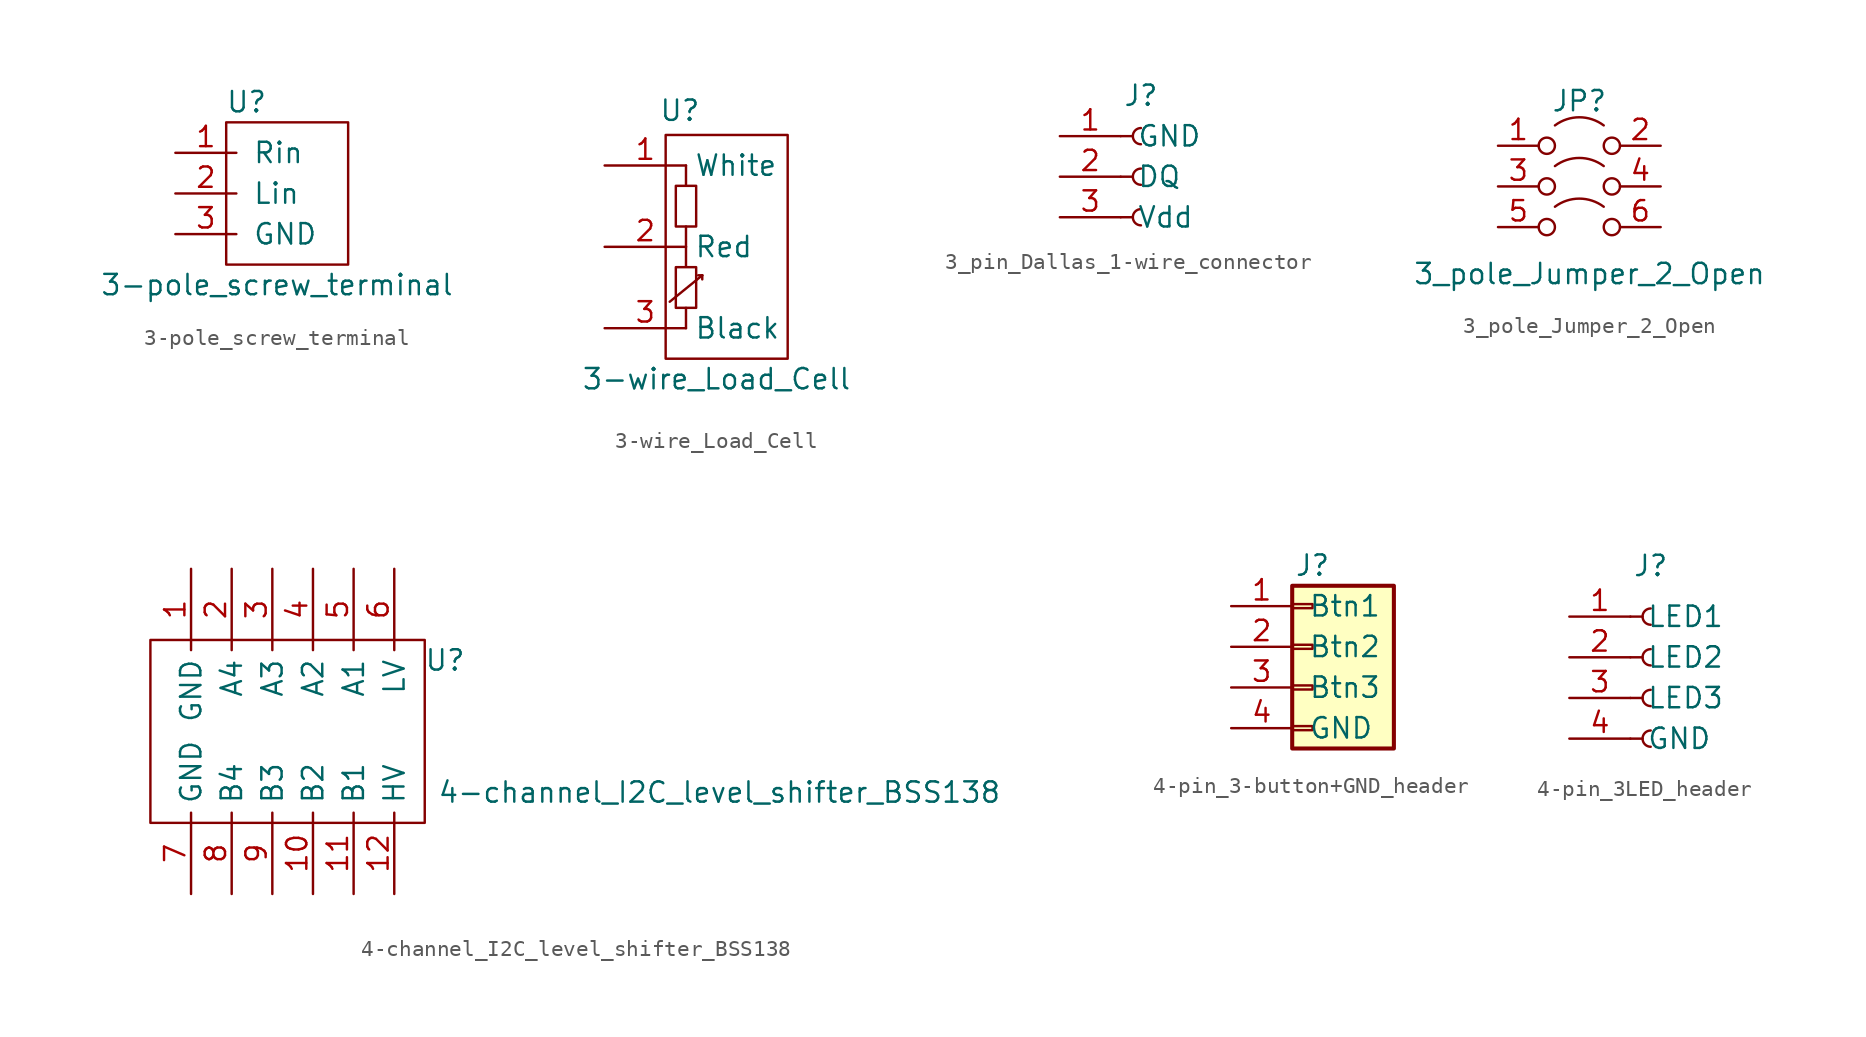
<source format=kicad_sym>
(kicad_symbol_lib
  (version 20231120)
  (generator "kicad_symbol_editor")
  (generator_version "8.0")
  (symbol "3-pole_screw_terminal"
    (pin_names
      (offset 1.016))
    (property "Reference" "U"
      (at 4.445 3.175 0)
      (effects (font (size 1.27 1.27))))
    (property "Value" "3-pole_screw_terminal"
      (at 6.35 -8.255 0)
      (effects (font (size 1.27 1.27))))
    (symbol "3-pole_screw_terminal_0_1"
      (rectangle (start 3.175 1.905) (end 10.795 -6.985) (stroke (width 0) (type default)) (fill (type none))))
    (symbol "3-pole_screw_terminal_1_1"
      (pin input line (at 0 0 0) (length 3.81) (name "Rin" (effects (font (size 1.27 1.27)))) (number "1" (effects (font (size 1.27 1.27)))))
      (pin input line (at 0 -2.54 0) (length 3.81) (name "Lin" (effects (font (size 1.27 1.27)))) (number "2" (effects (font (size 1.27 1.27)))))
      (pin input line (at 0 -5.08 0) (length 3.81) (name "GND" (effects (font (size 1.27 1.27)))) (number "3" (effects (font (size 1.27 1.27)))))))
  (symbol "3-wire_Load_Cell"
    (property "Reference" "U"
      (at 4.699 3.429 0)
      (effects (font (size 1.27 1.27))))
    (property "Value" "3-wire_Load_Cell"
      (at 6.985 -13.335 0)
      (effects (font (size 1.27 1.27))))
    (symbol "3-wire_Load_Cell_0_1"
      (polyline (pts (xy 4.064 -8.509) (xy 6.096 -6.858)) (stroke (width 0.152) (type default)) (fill (type none)))
      (polyline (pts (xy 5.08 -8.89) (xy 5.08 -10.16)) (stroke (width 0.152) (type default)) (fill (type none)))
      (polyline (pts (xy 5.08 -3.81) (xy 5.08 -5.08)) (stroke (width 0.152) (type default)) (fill (type none)))
      (polyline (pts (xy 6.096 -6.858) (xy 5.842 -6.858)) (stroke (width 0.152) (type default)) (fill (type none)))
      (polyline (pts (xy 6.096 -6.858) (xy 6.096 -7.112)) (stroke (width 0.152) (type default)) (fill (type none)))
      (polyline (pts (xy 3.81 1.905) (xy 3.81 -12.065) (xy 11.43 -12.065) (xy 11.43 1.905) (xy 3.81 1.905)) (stroke (width 0.152) (type default)) (fill (type none)))
      (polyline (pts (xy 5.08 -5.08) (xy 5.08 -6.35) (xy 4.445 -6.35) (xy 4.445 -8.89) (xy 5.715 -8.89) (xy 5.715 -6.35) (xy 5.08 -6.35)) (stroke (width 0.152) (type default)) (fill (type none)))
      (polyline (pts (xy 5.08 0) (xy 5.08 -1.27) (xy 4.445 -1.27) (xy 4.445 -3.81) (xy 5.715 -3.81) (xy 5.715 -1.27) (xy 5.08 -1.27)) (stroke (width 0.152) (type default)) (fill (type none))))
    (symbol "3-wire_Load_Cell_1_1"
      (pin input line (at 0 0 0) (length 5.08) (name "White" (effects (font (size 1.27 1.27)))) (number "1" (effects (font (size 1.27 1.27)))))
      (pin input line (at 0 -5.08 0) (length 5.08) (name "Red" (effects (font (size 1.27 1.27)))) (number "2" (effects (font (size 1.27 1.27)))))
      (pin input line (at 0 -10.16 0) (length 5.08) (name "Black" (effects (font (size 1.27 1.27)))) (number "3" (effects (font (size 1.27 1.27)))))))
  (symbol "3_pin_Dallas_1-wire_connector"
    (pin_names
      (offset 1.016))
    (property "Reference" "J"
      (at 0 5.08 0)
      (effects (font (size 1.27 1.27))))
    (symbol "3_pin_Dallas_1-wire_connector_1_1"
      (arc (start 0 -2.032) (mid -0.5058 -2.54) (end 0 -3.048) (stroke (width 0.1524) (type default)) (fill (type none)))
      (polyline (pts (xy -1.27 -2.54) (xy -0.508 -2.54)) (stroke (width 0.152) (type default)) (fill (type none)))
      (polyline (pts (xy -1.27 0) (xy -0.508 0)) (stroke (width 0.152) (type default)) (fill (type none)))
      (polyline (pts (xy -1.27 2.54) (xy -0.508 2.54)) (stroke (width 0.152) (type default)) (fill (type none)))
      (arc (start 0 0.508) (mid -0.5058 0) (end 0 -0.508) (stroke (width 0.1524) (type default)) (fill (type none)))
      (arc (start 0 3.048) (mid -0.5058 2.54) (end 0 2.032) (stroke (width 0.1524) (type default)) (fill (type none)))
      (pin power_in line (at -5.08 2.54 0) (length 3.81) (name "GND" (effects (font (size 1.27 1.27)))) (number "1" (effects (font (size 1.27 1.27)))))
      (pin output line (at -5.08 0 0) (length 3.81) (name "DQ" (effects (font (size 1.27 1.27)))) (number "2" (effects (font (size 1.27 1.27)))))
      (pin power_in line (at -5.08 -2.54 0) (length 3.81) (name "Vdd" (effects (font (size 1.27 1.27)))) (number "3" (effects (font (size 1.27 1.27)))))))
  (symbol "3_pole_Jumper_2_Open"
    (pin_names
      (offset 0) hide)
    (property "Reference" "JP"
      (at 0 2.794 0)
      (effects (font (size 1.27 1.27))))
    (property "Value" "3_pole_Jumper_2_Open"
      (at 0.635 -8.001 0)
      (effects (font (size 1.27 1.27))))
    (symbol "3_pole_Jumper_2_Open_0_0"
      (circle (center -2.032 0) (radius 0.508) (stroke (width 0) (type default)) (fill (type none)))
      (circle (center 2.032 0) (radius 0.508) (stroke (width 0) (type default)) (fill (type none))))
    (symbol "3_pole_Jumper_2_Open_0_1"
      (arc (start 1.524 1.27) (mid 0 1.778) (end -1.524 1.27) (stroke (width 0) (type default)) (fill (type none))))
    (symbol "3_pole_Jumper_2_Open_1_1"
      (circle (center -2.032 -5.08) (radius 0.508) (stroke (width 0) (type default)) (fill (type none)))
      (circle (center -2.032 -2.54) (radius 0.508) (stroke (width 0) (type default)) (fill (type none)))
      (arc (start 1.524 -3.81) (mid 0 -3.302) (end -1.524 -3.81) (stroke (width 0) (type default)) (fill (type none)))
      (arc (start 1.524 -1.27) (mid 0 -0.762) (end -1.524 -1.27) (stroke (width 0) (type default)) (fill (type none)))
      (circle (center 2.032 -5.08) (radius 0.508) (stroke (width 0) (type default)) (fill (type none)))
      (circle (center 2.032 -2.54) (radius 0.508) (stroke (width 0) (type default)) (fill (type none)))
      (pin passive line (at -5.08 0 0) (length 2.54) (name "A" (effects (font (size 1.27 1.27)))) (number "1" (effects (font (size 1.27 1.27)))))
      (pin passive line (at 5.08 0 180) (length 2.54) (name "B" (effects (font (size 1.27 1.27)))) (number "2" (effects (font (size 1.27 1.27)))))
      (pin passive line (at -5.08 -2.54 0) (length 2.54) (name "3" (effects (font (size 1.27 1.27)))) (number "3" (effects (font (size 1.27 1.27)))))
      (pin passive line (at 5.08 -2.54 180) (length 2.54) (name "4" (effects (font (size 1.27 1.27)))) (number "4" (effects (font (size 1.27 1.27)))))
      (pin passive line (at -5.08 -5.08 0) (length 2.54) (name "5" (effects (font (size 1.27 1.27)))) (number "5" (effects (font (size 1.27 1.27)))))
      (pin passive line (at 5.08 -5.08 180) (length 2.54) (name "6" (effects (font (size 1.27 1.27)))) (number "6" (effects (font (size 1.27 1.27)))))))
  (symbol "4-channel_I2C_level_shifter_BSS138"
    (property "Reference" "U"
      (at 15.875 -5.715 0)
      (effects (font (size 1.27 1.27))))
    (property "Value" "4-channel_I2C_level_shifter_BSS138"
      (at 33.02 -13.97 0)
      (effects (font (size 1.27 1.27))))
    (symbol "4-channel_I2C_level_shifter_BSS138_0_1"
      (polyline (pts (xy -2.54 -4.445) (xy -2.54 -15.875) (xy 14.605 -15.875) (xy 14.605 -4.445) (xy -2.54 -4.445)) (stroke (width 0.152) (type default)) (fill (type none))))
    (symbol "4-channel_I2C_level_shifter_BSS138_1_1"
      (pin power_in line (at 0 0 270) (length 5.08) (name "GND" (effects (font (size 1.27 1.27)))) (number "1" (effects (font (size 1.27 1.27)))))
      (pin bidirectional line (at 7.62 -20.32 90) (length 5.08) (name "B2" (effects (font (size 1.27 1.27)))) (number "10" (effects (font (size 1.27 1.27)))))
      (pin bidirectional line (at 10.16 -20.32 90) (length 5.08) (name "B1" (effects (font (size 1.27 1.27)))) (number "11" (effects (font (size 1.27 1.27)))))
      (pin power_in line (at 12.7 -20.32 90) (length 5.08) (name "HV" (effects (font (size 1.27 1.27)))) (number "12" (effects (font (size 1.27 1.27)))))
      (pin bidirectional line (at 2.54 0 270) (length 5.08) (name "A4" (effects (font (size 1.27 1.27)))) (number "2" (effects (font (size 1.27 1.27)))))
      (pin bidirectional line (at 5.08 0 270) (length 5.08) (name "A3" (effects (font (size 1.27 1.27)))) (number "3" (effects (font (size 1.27 1.27)))))
      (pin bidirectional line (at 7.62 0 270) (length 5.08) (name "A2" (effects (font (size 1.27 1.27)))) (number "4" (effects (font (size 1.27 1.27)))))
      (pin bidirectional line (at 10.16 0 270) (length 5.08) (name "A1" (effects (font (size 1.27 1.27)))) (number "5" (effects (font (size 1.27 1.27)))))
      (pin power_in line (at 12.7 0 270) (length 5.08) (name "LV" (effects (font (size 1.27 1.27)))) (number "6" (effects (font (size 1.27 1.27)))))
      (pin power_in line (at 0 -20.32 90) (length 5.08) (name "GND" (effects (font (size 1.27 1.27)))) (number "7" (effects (font (size 1.27 1.27)))))
      (pin bidirectional line (at 2.54 -20.32 90) (length 5.08) (name "B4" (effects (font (size 1.27 1.27)))) (number "8" (effects (font (size 1.27 1.27)))))
      (pin bidirectional line (at 5.08 -20.32 90) (length 5.08) (name "B3" (effects (font (size 1.27 1.27)))) (number "9" (effects (font (size 1.27 1.27)))))))
  (symbol "4-pin_3-button+GND_header"
    (pin_names
      (offset 1.016))
    (property "Reference" "J"
      (at 0 5.08 0)
      (effects (font (size 1.27 1.27))))
    (symbol "4-pin_3-button+GND_header_1_1"
      (rectangle (start -1.27 -4.953) (end 0 -5.207) (stroke (width 0.152) (type default)) (fill (type none)))
      (rectangle (start -1.27 -2.413) (end 0 -2.667) (stroke (width 0.152) (type default)) (fill (type none)))
      (rectangle (start -1.27 0.127) (end 0 -0.127) (stroke (width 0.152) (type default)) (fill (type none)))
      (rectangle (start -1.27 2.667) (end 0 2.413) (stroke (width 0.152) (type default)) (fill (type none)))
      (rectangle (start -1.27 3.81) (end 5.08 -6.35) (stroke (width 0.254) (type default)) (fill (type background)))
      (pin output line (at -5.08 2.54 0) (length 3.81) (name "Btn1" (effects (font (size 1.27 1.27)))) (number "1" (effects (font (size 1.27 1.27)))))
      (pin output line (at -5.08 0 0) (length 3.81) (name "Btn2" (effects (font (size 1.27 1.27)))) (number "2" (effects (font (size 1.27 1.27)))))
      (pin output line (at -5.08 -2.54 0) (length 3.81) (name "Btn3" (effects (font (size 1.27 1.27)))) (number "3" (effects (font (size 1.27 1.27)))))
      (pin power_out line (at -5.08 -5.08 0) (length 3.81) (name "GND" (effects (font (size 1.27 1.27)))) (number "4" (effects (font (size 1.27 1.27)))))))
  (symbol "4-pin_3LED_header"
    (pin_names
      (offset 1.016))
    (property "Reference" "J"
      (at 5.08 3.175 0)
      (effects (font (size 1.27 1.27))))
    (symbol "4-pin_3LED_header_1_1"
      (polyline (pts (xy 3.81 -7.62) (xy 4.572 -7.62)) (stroke (width 0.152) (type default)) (fill (type none)))
      (polyline (pts (xy 3.81 -5.08) (xy 4.572 -5.08)) (stroke (width 0.152) (type default)) (fill (type none)))
      (polyline (pts (xy 3.81 -2.54) (xy 4.572 -2.54)) (stroke (width 0.152) (type default)) (fill (type none)))
      (polyline (pts (xy 3.81 0) (xy 4.572 0)) (stroke (width 0.152) (type default)) (fill (type none)))
      (arc (start 5.08 -7.112) (mid 4.5742 -7.62) (end 5.08 -8.128) (stroke (width 0.1524) (type default)) (fill (type none)))
      (arc (start 5.08 -4.572) (mid 4.5742 -5.08) (end 5.08 -5.588) (stroke (width 0.1524) (type default)) (fill (type none)))
      (arc (start 5.08 -2.032) (mid 4.5742 -2.54) (end 5.08 -3.048) (stroke (width 0.1524) (type default)) (fill (type none)))
      (arc (start 5.08 0.508) (mid 4.5742 0) (end 5.08 -0.508) (stroke (width 0.1524) (type default)) (fill (type none)))
      (pin passive line (at 0 0 0) (length 3.81) (name "LED1" (effects (font (size 1.27 1.27)))) (number "1" (effects (font (size 1.27 1.27)))))
      (pin passive line (at 0 -2.54 0) (length 3.81) (name "LED2" (effects (font (size 1.27 1.27)))) (number "2" (effects (font (size 1.27 1.27)))))
      (pin passive line (at 0 -5.08 0) (length 3.81) (name "LED3" (effects (font (size 1.27 1.27)))) (number "3" (effects (font (size 1.27 1.27)))))
      (pin passive line (at 0 -7.62 0) (length 3.81) (name "GND" (effects (font (size 1.27 1.27)))) (number "4" (effects (font (size 1.27 1.27))))))))
</source>
